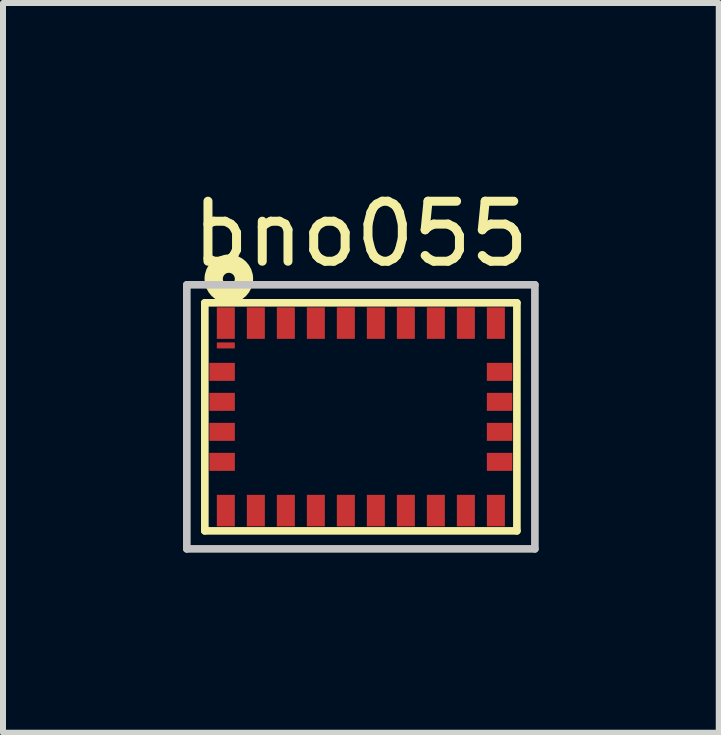
<source format=kicad_pcb>
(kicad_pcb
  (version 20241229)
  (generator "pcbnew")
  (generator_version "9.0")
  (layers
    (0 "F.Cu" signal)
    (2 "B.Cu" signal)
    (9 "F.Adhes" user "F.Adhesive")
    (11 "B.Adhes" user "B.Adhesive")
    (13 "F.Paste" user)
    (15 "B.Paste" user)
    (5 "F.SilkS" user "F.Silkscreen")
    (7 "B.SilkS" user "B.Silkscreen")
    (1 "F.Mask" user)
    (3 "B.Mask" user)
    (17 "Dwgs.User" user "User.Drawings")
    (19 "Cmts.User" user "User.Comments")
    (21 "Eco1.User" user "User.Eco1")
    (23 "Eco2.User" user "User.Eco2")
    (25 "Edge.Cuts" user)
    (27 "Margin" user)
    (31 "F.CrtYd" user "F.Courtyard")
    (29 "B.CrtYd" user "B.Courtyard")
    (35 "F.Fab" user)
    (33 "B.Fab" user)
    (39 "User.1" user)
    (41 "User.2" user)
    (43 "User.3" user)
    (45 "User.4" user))
  (footprint "bno055"
    (layer "F.Cu")
    (at 2.963 3.896)
    (property "Reference" "bno055" (at 0 -3.048 0) (layer "F.SilkS") (effects (font (size 1 1) (thickness 0.15))))
    (attr smd)
    (fp_line (start -2.6 -1.9) (end -2.6 1.9) (stroke (width 0.127) (type solid)) (layer "F.SilkS"))
    (fp_line (start -2.6 1.9) (end 2.6 1.9) (stroke (width 0.127) (type solid)) (layer "F.SilkS"))
    (fp_line (start 2.6 -1.9) (end -2.6 -1.9) (stroke (width 0.127) (type solid)) (layer "F.SilkS"))
    (fp_line (start 2.6 1.9) (end 2.6 -1.9) (stroke (width 0.127) (type solid)) (layer "F.SilkS"))
    (fp_circle (center -2.2 -2.3) (end -2.1 -2.3) (stroke (width 0.305) (type solid)) (fill no) (layer "F.SilkS"))
    (fp_line (start -2.9 -2.2) (end 2.9 -2.2) (stroke (width 0.127) (type solid)) (layer "Dwgs.User"))
    (fp_line (start -2.9 2.2) (end -2.9 -2.2) (stroke (width 0.127) (type solid)) (layer "Dwgs.User"))
    (fp_line (start 2.9 -2.2) (end 2.9 2.2) (stroke (width 0.127) (type solid)) (layer "Dwgs.User"))
    (fp_line (start 2.9 2.2) (end -2.9 2.2) (stroke (width 0.127) (type solid)) (layer "Dwgs.User"))
    (pad "1" smd rect (at -2.25 -1.562 180) (size 0.3 0.525) (layers "F.Cu" "F.Mask" "F.Paste"))
    (pad "1" smd rect (at -2.25 -1.19 180) (size 0.3 0.1) (layers "F.Cu" "F.Mask" "F.Paste"))
    (pad "2" smd rect (at -2.312 -0.75 270) (size 0.3 0.425) (layers "F.Cu" "F.Mask" "F.Paste"))
    (pad "3" smd rect (at -2.312 -0.25 270) (size 0.3 0.425) (layers "F.Cu" "F.Mask" "F.Paste"))
    (pad "4" smd rect (at -2.312 0.25 270) (size 0.3 0.425) (layers "F.Cu" "F.Mask" "F.Paste"))
    (pad "5" smd rect (at -2.312 0.75 270) (size 0.3 0.425) (layers "F.Cu" "F.Mask" "F.Paste"))
    (pad "6" smd rect (at -2.25 1.562 180) (size 0.3 0.525) (layers "F.Cu" "F.Mask" "F.Paste"))
    (pad "7" smd rect (at -1.75 1.562 180) (size 0.3 0.525) (layers "F.Cu" "F.Mask" "F.Paste"))
    (pad "8" smd rect (at -1.25 1.562 180) (size 0.3 0.525) (layers "F.Cu" "F.Mask" "F.Paste"))
    (pad "9" smd rect (at -0.75 1.562 180) (size 0.3 0.525) (layers "F.Cu" "F.Mask" "F.Paste"))
    (pad "10" smd rect (at -0.25 1.562 180) (size 0.3 0.525) (layers "F.Cu" "F.Mask" "F.Paste"))
    (pad "11" smd rect (at 0.25 1.562 180) (size 0.3 0.525) (layers "F.Cu" "F.Mask" "F.Paste"))
    (pad "12" smd rect (at 0.75 1.562 180) (size 0.3 0.525) (layers "F.Cu" "F.Mask" "F.Paste"))
    (pad "13" smd rect (at 1.25 1.562 180) (size 0.3 0.525) (layers "F.Cu" "F.Mask" "F.Paste"))
    (pad "14" smd rect (at 1.75 1.562 180) (size 0.3 0.525) (layers "F.Cu" "F.Mask" "F.Paste"))
    (pad "15" smd rect (at 2.25 1.562 180) (size 0.3 0.525) (layers "F.Cu" "F.Mask" "F.Paste"))
    (pad "16" smd rect (at 2.312 0.75 270) (size 0.3 0.425) (layers "F.Cu" "F.Mask" "F.Paste"))
    (pad "17" smd rect (at 2.312 0.25 270) (size 0.3 0.425) (layers "F.Cu" "F.Mask" "F.Paste"))
    (pad "18" smd rect (at 2.312 -0.25 270) (size 0.3 0.425) (layers "F.Cu" "F.Mask" "F.Paste"))
    (pad "19" smd rect (at 2.312 -0.75 270) (size 0.3 0.425) (layers "F.Cu" "F.Mask" "F.Paste"))
    (pad "20" smd rect (at 2.25 -1.562 180) (size 0.3 0.525) (layers "F.Cu" "F.Mask" "F.Paste"))
    (pad "21" smd rect (at 1.75 -1.562 180) (size 0.3 0.525) (layers "F.Cu" "F.Mask" "F.Paste"))
    (pad "22" smd rect (at 1.25 -1.562 180) (size 0.3 0.525) (layers "F.Cu" "F.Mask" "F.Paste"))
    (pad "23" smd rect (at 0.75 -1.562 180) (size 0.3 0.525) (layers "F.Cu" "F.Mask" "F.Paste"))
    (pad "24" smd rect (at 0.25 -1.562 180) (size 0.3 0.525) (layers "F.Cu" "F.Mask" "F.Paste"))
    (pad "25" smd rect (at -0.25 -1.562 180) (size 0.3 0.525) (layers "F.Cu" "F.Mask" "F.Paste"))
    (pad "26" smd rect (at -0.75 -1.562 180) (size 0.3 0.525) (layers "F.Cu" "F.Mask" "F.Paste"))
    (pad "27" smd rect (at -1.25 -1.562 180) (size 0.3 0.525) (layers "F.Cu" "F.Mask" "F.Paste"))
    (pad "28" smd rect (at -1.75 -1.562 180) (size 0.3 0.525) (layers "F.Cu" "F.Mask" "F.Paste")))
  (gr_rect
    (start -3 -3)
    (end 8.927 9.16)
    (stroke (width 0.1) (type default))
    (fill no)
    (layer "Edge.Cuts")))
</source>
